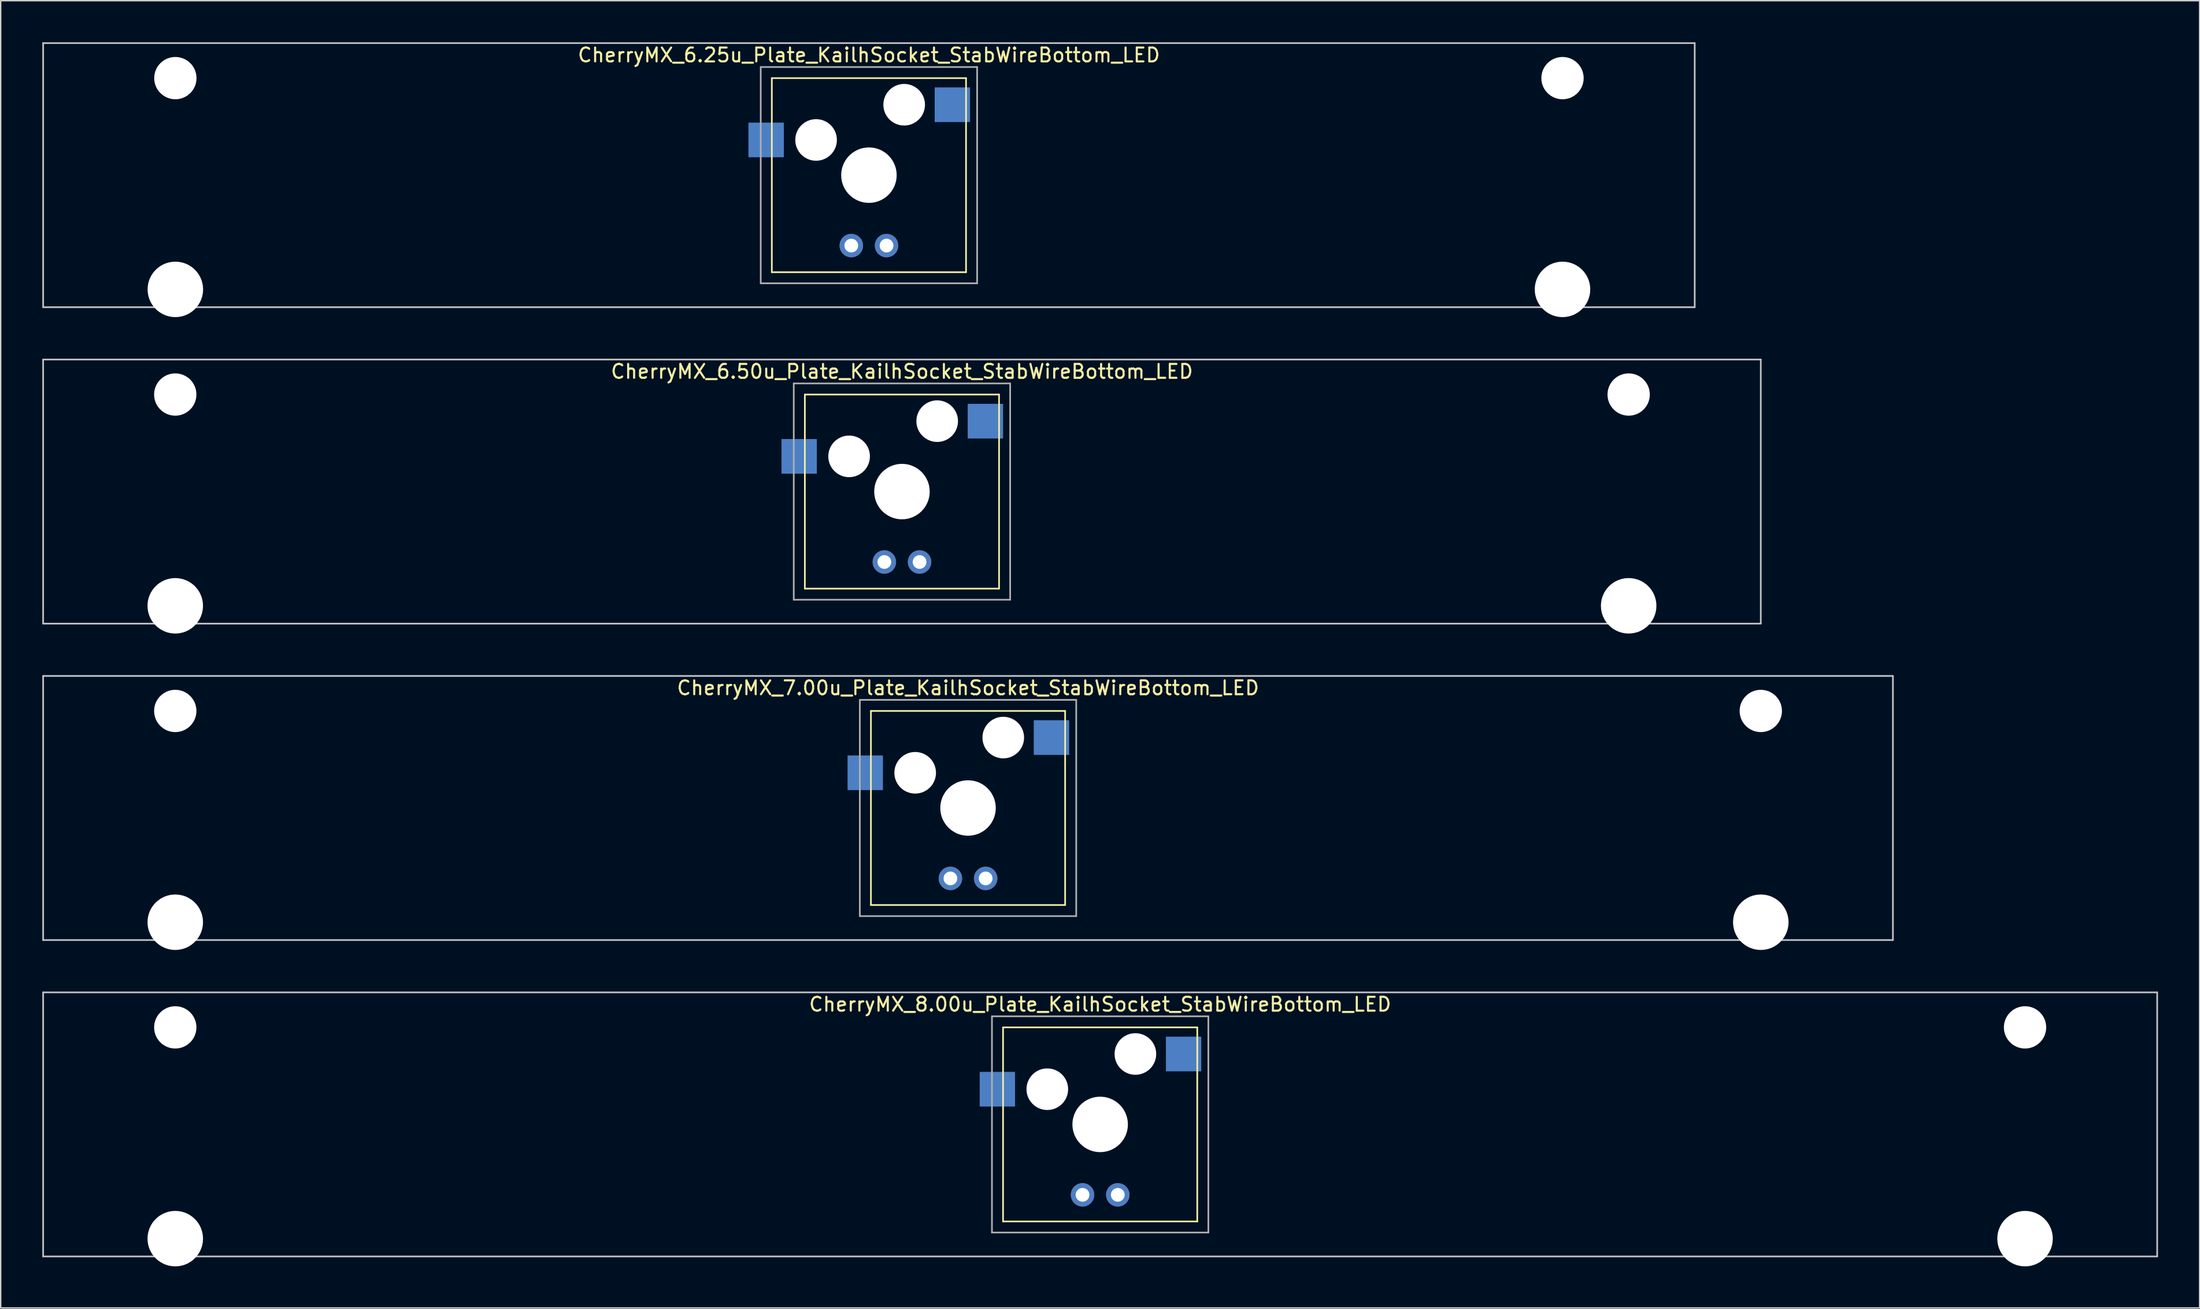
<source format=kicad_pcb>
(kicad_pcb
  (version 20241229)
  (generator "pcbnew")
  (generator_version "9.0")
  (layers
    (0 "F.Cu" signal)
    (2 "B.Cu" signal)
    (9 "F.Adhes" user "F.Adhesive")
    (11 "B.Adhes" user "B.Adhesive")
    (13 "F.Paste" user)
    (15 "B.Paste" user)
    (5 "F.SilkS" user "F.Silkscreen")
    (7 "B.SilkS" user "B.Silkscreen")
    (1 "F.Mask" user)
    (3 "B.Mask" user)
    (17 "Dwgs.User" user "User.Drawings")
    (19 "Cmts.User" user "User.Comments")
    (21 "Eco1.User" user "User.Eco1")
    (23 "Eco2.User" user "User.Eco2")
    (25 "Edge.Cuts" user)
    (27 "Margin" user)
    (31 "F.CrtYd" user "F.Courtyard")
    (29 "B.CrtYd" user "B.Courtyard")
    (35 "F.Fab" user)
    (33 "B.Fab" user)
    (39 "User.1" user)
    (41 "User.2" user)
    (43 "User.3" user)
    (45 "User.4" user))
  (footprint "CherryMX_6.50u_Plate_KailhSocket_StabWireBottom_LED"
    (layer "F.Cu")
    (at 61.972 32.41)
    (property "Reference" "CherryMX_6.50u_Plate_KailhSocket_StabWireBottom_LED" (at 0 -8.662 0) (layer "F.SilkS") (effects (font (size 1 1) (thickness 0.15))))
    (attr through_hole)
    (fp_line (start -7 -7) (end -7 7) (stroke (width 0.12) (type solid)) (layer "F.SilkS"))
    (fp_line (start -7 -7) (end 7 -7) (stroke (width 0.12) (type solid)) (layer "F.SilkS"))
    (fp_line (start 7 -7) (end 7 7) (stroke (width 0.12) (type solid)) (layer "F.SilkS"))
    (fp_line (start 7 7) (end -7 7) (stroke (width 0.12) (type solid)) (layer "F.SilkS"))
    (fp_line (start -61.913 -9.525) (end 61.913 -9.525) (stroke (width 0.12) (type solid)) (layer "Dwgs.User"))
    (fp_line (start -61.913 9.525) (end -61.913 -9.525) (stroke (width 0.12) (type solid)) (layer "Dwgs.User"))
    (fp_line (start 61.913 -9.525) (end 61.913 9.525) (stroke (width 0.12) (type solid)) (layer "Dwgs.User"))
    (fp_line (start 61.913 9.525) (end -61.913 9.525) (stroke (width 0.12) (type solid)) (layer "Dwgs.User"))
    (fp_line (start -7.8 -7.8) (end -7.8 7.8) (stroke (width 0.12) (type solid)) (layer "F.Fab"))
    (fp_line (start -7.8 -7.8) (end 7.8 -7.8) (stroke (width 0.12) (type solid)) (layer "F.Fab"))
    (fp_line (start -7.8 7.8) (end 7.8 7.8) (stroke (width 0.12) (type solid)) (layer "F.Fab"))
    (fp_line (start 7.8 -7.8) (end 7.8 7.8) (stroke (width 0.12) (type solid)) (layer "F.Fab"))
    (pad "" np_thru_hole circle (at -52.388 -7) (size 3.05 3.05) (drill 3.05) (layers "*.Cu" "*.Mask"))
    (pad "" np_thru_hole circle (at -52.388 8.24) (size 4 4) (drill 4) (layers "*.Cu" "*.Mask"))
    (pad "" np_thru_hole circle (at -3.81 -2.54) (size 3 3) (drill 3) (layers "*.Cu" "*.Mask"))
    (pad "" np_thru_hole circle (at 0 0) (size 4 4) (drill 4) (layers "*.Cu" "*.Mask"))
    (pad "" np_thru_hole circle (at 2.54 -5.08) (size 3 3) (drill 3) (layers "*.Cu" "*.Mask"))
    (pad "" np_thru_hole circle (at 52.388 -7) (size 3.05 3.05) (drill 3.05) (layers "*.Cu" "*.Mask"))
    (pad "" np_thru_hole circle (at 52.388 8.24) (size 4 4) (drill 4) (layers "*.Cu" "*.Mask"))
    (pad "1" smd rect (at -7.41 -2.54) (size 2.55 2.5) (layers "B.Cu" "B.Mask" "B.Paste"))
    (pad "2" smd rect (at 6.015 -5.08) (size 2.55 2.5) (layers "B.Cu" "B.Mask" "B.Paste"))
    (pad "3" thru_hole circle (at -1.27 5.08) (size 1.691 1.691) (drill 0.991) (layers "*.Cu" "*.Mask"))
    (pad "4" thru_hole circle (at 1.27 5.08) (size 1.691 1.691) (drill 0.991) (layers "*.Cu" "*.Mask")))
  (footprint "CherryMX_8.00u_Plate_KailhSocket_StabWireBottom_LED"
    (layer "F.Cu")
    (at 76.26 78.06)
    (property "Reference" "CherryMX_8.00u_Plate_KailhSocket_StabWireBottom_LED" (at 0 -8.662 0) (layer "F.SilkS") (effects (font (size 1 1) (thickness 0.15))))
    (attr through_hole)
    (fp_line (start -7 -7) (end -7 7) (stroke (width 0.12) (type solid)) (layer "F.SilkS"))
    (fp_line (start -7 -7) (end 7 -7) (stroke (width 0.12) (type solid)) (layer "F.SilkS"))
    (fp_line (start 7 -7) (end 7 7) (stroke (width 0.12) (type solid)) (layer "F.SilkS"))
    (fp_line (start 7 7) (end -7 7) (stroke (width 0.12) (type solid)) (layer "F.SilkS"))
    (fp_line (start -76.2 -9.525) (end 76.2 -9.525) (stroke (width 0.12) (type solid)) (layer "Dwgs.User"))
    (fp_line (start -76.2 9.525) (end -76.2 -9.525) (stroke (width 0.12) (type solid)) (layer "Dwgs.User"))
    (fp_line (start 76.2 -9.525) (end 76.2 9.525) (stroke (width 0.12) (type solid)) (layer "Dwgs.User"))
    (fp_line (start 76.2 9.525) (end -76.2 9.525) (stroke (width 0.12) (type solid)) (layer "Dwgs.User"))
    (fp_line (start -7.8 -7.8) (end -7.8 7.8) (stroke (width 0.12) (type solid)) (layer "F.Fab"))
    (fp_line (start -7.8 -7.8) (end 7.8 -7.8) (stroke (width 0.12) (type solid)) (layer "F.Fab"))
    (fp_line (start -7.8 7.8) (end 7.8 7.8) (stroke (width 0.12) (type solid)) (layer "F.Fab"))
    (fp_line (start 7.8 -7.8) (end 7.8 7.8) (stroke (width 0.12) (type solid)) (layer "F.Fab"))
    (pad "" np_thru_hole circle (at -66.675 -7) (size 3.05 3.05) (drill 3.05) (layers "*.Cu" "*.Mask"))
    (pad "" np_thru_hole circle (at -66.675 8.24) (size 4 4) (drill 4) (layers "*.Cu" "*.Mask"))
    (pad "" np_thru_hole circle (at -3.81 -2.54) (size 3 3) (drill 3) (layers "*.Cu" "*.Mask"))
    (pad "" np_thru_hole circle (at 0 0) (size 4 4) (drill 4) (layers "*.Cu" "*.Mask"))
    (pad "" np_thru_hole circle (at 2.54 -5.08) (size 3 3) (drill 3) (layers "*.Cu" "*.Mask"))
    (pad "" np_thru_hole circle (at 66.675 -7) (size 3.05 3.05) (drill 3.05) (layers "*.Cu" "*.Mask"))
    (pad "" np_thru_hole circle (at 66.675 8.24) (size 4 4) (drill 4) (layers "*.Cu" "*.Mask"))
    (pad "1" smd rect (at -7.41 -2.54) (size 2.55 2.5) (layers "B.Cu" "B.Mask" "B.Paste"))
    (pad "2" smd rect (at 6.015 -5.08) (size 2.55 2.5) (layers "B.Cu" "B.Mask" "B.Paste"))
    (pad "3" thru_hole circle (at -1.27 5.08) (size 1.691 1.691) (drill 0.991) (layers "*.Cu" "*.Mask"))
    (pad "4" thru_hole circle (at 1.27 5.08) (size 1.691 1.691) (drill 0.991) (layers "*.Cu" "*.Mask")))
  (footprint "CherryMX_6.25u_Plate_KailhSocket_StabWireBottom_LED"
    (layer "F.Cu")
    (at 59.591 9.585)
    (property "Reference" "CherryMX_6.25u_Plate_KailhSocket_StabWireBottom_LED" (at 0 -8.662 0) (layer "F.SilkS") (effects (font (size 1 1) (thickness 0.15))))
    (attr through_hole)
    (fp_line (start -7 -7) (end -7 7) (stroke (width 0.12) (type solid)) (layer "F.SilkS"))
    (fp_line (start -7 -7) (end 7 -7) (stroke (width 0.12) (type solid)) (layer "F.SilkS"))
    (fp_line (start 7 -7) (end 7 7) (stroke (width 0.12) (type solid)) (layer "F.SilkS"))
    (fp_line (start 7 7) (end -7 7) (stroke (width 0.12) (type solid)) (layer "F.SilkS"))
    (fp_line (start -59.531 -9.525) (end 59.531 -9.525) (stroke (width 0.12) (type solid)) (layer "Dwgs.User"))
    (fp_line (start -59.531 9.525) (end -59.531 -9.525) (stroke (width 0.12) (type solid)) (layer "Dwgs.User"))
    (fp_line (start 59.531 -9.525) (end 59.531 9.525) (stroke (width 0.12) (type solid)) (layer "Dwgs.User"))
    (fp_line (start 59.531 9.525) (end -59.531 9.525) (stroke (width 0.12) (type solid)) (layer "Dwgs.User"))
    (fp_line (start -7.8 -7.8) (end -7.8 7.8) (stroke (width 0.12) (type solid)) (layer "F.Fab"))
    (fp_line (start -7.8 -7.8) (end 7.8 -7.8) (stroke (width 0.12) (type solid)) (layer "F.Fab"))
    (fp_line (start -7.8 7.8) (end 7.8 7.8) (stroke (width 0.12) (type solid)) (layer "F.Fab"))
    (fp_line (start 7.8 -7.8) (end 7.8 7.8) (stroke (width 0.12) (type solid)) (layer "F.Fab"))
    (pad "" np_thru_hole circle (at -50 -7) (size 3.05 3.05) (drill 3.05) (layers "*.Cu" "*.Mask"))
    (pad "" np_thru_hole circle (at -50 8.24) (size 4 4) (drill 4) (layers "*.Cu" "*.Mask"))
    (pad "" np_thru_hole circle (at -3.81 -2.54) (size 3 3) (drill 3) (layers "*.Cu" "*.Mask"))
    (pad "" np_thru_hole circle (at 0 0) (size 4 4) (drill 4) (layers "*.Cu" "*.Mask"))
    (pad "" np_thru_hole circle (at 2.54 -5.08) (size 3 3) (drill 3) (layers "*.Cu" "*.Mask"))
    (pad "" np_thru_hole circle (at 50 -7) (size 3.05 3.05) (drill 3.05) (layers "*.Cu" "*.Mask"))
    (pad "" np_thru_hole circle (at 50 8.24) (size 4 4) (drill 4) (layers "*.Cu" "*.Mask"))
    (pad "1" smd rect (at -7.41 -2.54) (size 2.55 2.5) (layers "B.Cu" "B.Mask" "B.Paste"))
    (pad "2" smd rect (at 6.015 -5.08) (size 2.55 2.5) (layers "B.Cu" "B.Mask" "B.Paste"))
    (pad "3" thru_hole circle (at -1.27 5.08) (size 1.691 1.691) (drill 0.991) (layers "*.Cu" "*.Mask"))
    (pad "4" thru_hole circle (at 1.27 5.08) (size 1.691 1.691) (drill 0.991) (layers "*.Cu" "*.Mask")))
  (footprint "CherryMX_7.00u_Plate_KailhSocket_StabWireBottom_LED"
    (layer "F.Cu")
    (at 66.735 55.235)
    (property "Reference" "CherryMX_7.00u_Plate_KailhSocket_StabWireBottom_LED" (at 0 -8.662 0) (layer "F.SilkS") (effects (font (size 1 1) (thickness 0.15))))
    (attr through_hole)
    (fp_line (start -7 -7) (end -7 7) (stroke (width 0.12) (type solid)) (layer "F.SilkS"))
    (fp_line (start -7 -7) (end 7 -7) (stroke (width 0.12) (type solid)) (layer "F.SilkS"))
    (fp_line (start 7 -7) (end 7 7) (stroke (width 0.12) (type solid)) (layer "F.SilkS"))
    (fp_line (start 7 7) (end -7 7) (stroke (width 0.12) (type solid)) (layer "F.SilkS"))
    (fp_line (start -66.675 -9.525) (end 66.675 -9.525) (stroke (width 0.12) (type solid)) (layer "Dwgs.User"))
    (fp_line (start -66.675 9.525) (end -66.675 -9.525) (stroke (width 0.12) (type solid)) (layer "Dwgs.User"))
    (fp_line (start 66.675 -9.525) (end 66.675 9.525) (stroke (width 0.12) (type solid)) (layer "Dwgs.User"))
    (fp_line (start 66.675 9.525) (end -66.675 9.525) (stroke (width 0.12) (type solid)) (layer "Dwgs.User"))
    (fp_line (start -7.8 -7.8) (end -7.8 7.8) (stroke (width 0.12) (type solid)) (layer "F.Fab"))
    (fp_line (start -7.8 -7.8) (end 7.8 -7.8) (stroke (width 0.12) (type solid)) (layer "F.Fab"))
    (fp_line (start -7.8 7.8) (end 7.8 7.8) (stroke (width 0.12) (type solid)) (layer "F.Fab"))
    (fp_line (start 7.8 -7.8) (end 7.8 7.8) (stroke (width 0.12) (type solid)) (layer "F.Fab"))
    (pad "" np_thru_hole circle (at -57.15 -7) (size 3.05 3.05) (drill 3.05) (layers "*.Cu" "*.Mask"))
    (pad "" np_thru_hole circle (at -57.15 8.24) (size 4 4) (drill 4) (layers "*.Cu" "*.Mask"))
    (pad "" np_thru_hole circle (at -3.81 -2.54) (size 3 3) (drill 3) (layers "*.Cu" "*.Mask"))
    (pad "" np_thru_hole circle (at 0 0) (size 4 4) (drill 4) (layers "*.Cu" "*.Mask"))
    (pad "" np_thru_hole circle (at 2.54 -5.08) (size 3 3) (drill 3) (layers "*.Cu" "*.Mask"))
    (pad "" np_thru_hole circle (at 57.15 -7) (size 3.05 3.05) (drill 3.05) (layers "*.Cu" "*.Mask"))
    (pad "" np_thru_hole circle (at 57.15 8.24) (size 4 4) (drill 4) (layers "*.Cu" "*.Mask"))
    (pad "1" smd rect (at -7.41 -2.54) (size 2.55 2.5) (layers "B.Cu" "B.Mask" "B.Paste"))
    (pad "2" smd rect (at 6.015 -5.08) (size 2.55 2.5) (layers "B.Cu" "B.Mask" "B.Paste"))
    (pad "3" thru_hole circle (at -1.27 5.08) (size 1.691 1.691) (drill 0.991) (layers "*.Cu" "*.Mask"))
    (pad "4" thru_hole circle (at 1.27 5.08) (size 1.691 1.691) (drill 0.991) (layers "*.Cu" "*.Mask")))
  (gr_rect
    (start -3 -3)
    (end 155.52 91.3)
    (stroke (width 0.1) (type default))
    (fill no)
    (layer "Edge.Cuts")))
</source>
